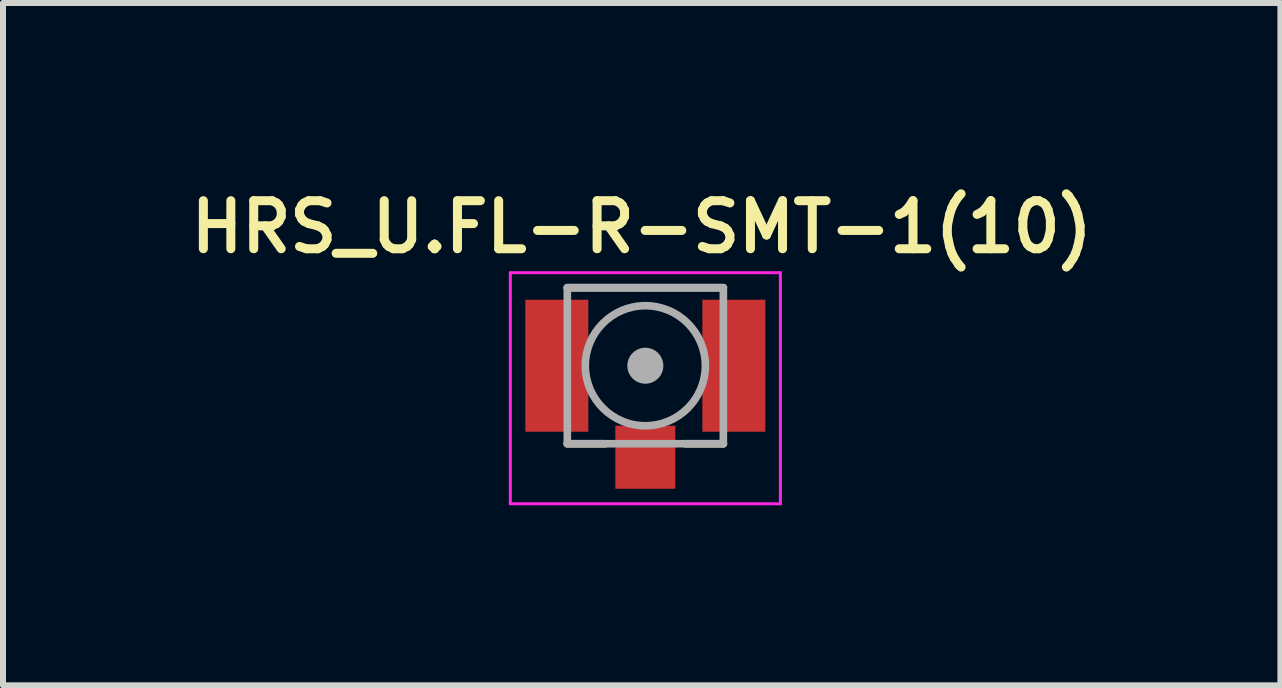
<source format=kicad_pcb>
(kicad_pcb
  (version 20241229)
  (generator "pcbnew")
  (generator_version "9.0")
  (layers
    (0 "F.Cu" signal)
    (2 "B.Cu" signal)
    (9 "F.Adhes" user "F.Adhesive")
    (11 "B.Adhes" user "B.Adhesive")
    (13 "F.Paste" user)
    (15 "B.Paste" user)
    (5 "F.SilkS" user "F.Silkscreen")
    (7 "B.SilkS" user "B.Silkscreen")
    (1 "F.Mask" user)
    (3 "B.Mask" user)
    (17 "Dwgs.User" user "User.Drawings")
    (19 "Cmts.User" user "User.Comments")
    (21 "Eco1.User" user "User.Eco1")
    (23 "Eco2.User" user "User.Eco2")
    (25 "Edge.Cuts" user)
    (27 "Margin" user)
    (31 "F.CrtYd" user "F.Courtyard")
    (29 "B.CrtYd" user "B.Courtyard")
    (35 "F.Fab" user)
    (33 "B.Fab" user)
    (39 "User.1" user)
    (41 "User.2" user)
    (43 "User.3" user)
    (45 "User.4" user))
  (footprint "HRS_U.FL-R-SMT-1(10)"
    (layer "F.Cu")
    (at 7.703 3.044)
    (property "Reference" "HRS_U.FL-R-SMT-1(10)" (at -0.06 -2.312 0) (layer "F.SilkS") (effects (font (size 0.801 0.801) (thickness 0.15))))
    (attr through_hole)
    (fp_line (start -1.3 -1.3) (end 1.3 -1.3) (stroke (width 0.127) (type solid)) (layer "F.SilkS"))
    (fp_line (start -1.3 1.3) (end -0.67 1.3) (stroke (width 0.127) (type solid)) (layer "F.SilkS"))
    (fp_line (start 1.3 1.3) (end 0.67 1.3) (stroke (width 0.127) (type solid)) (layer "F.SilkS"))
    (fp_line (start -2.25 -1.55) (end 2.25 -1.55) (stroke (width 0.05) (type solid)) (layer "F.CrtYd"))
    (fp_line (start -2.25 2.3) (end -2.25 -1.55) (stroke (width 0.05) (type solid)) (layer "F.CrtYd"))
    (fp_line (start 2.25 -1.55) (end 2.25 2.3) (stroke (width 0.05) (type solid)) (layer "F.CrtYd"))
    (fp_line (start 2.25 2.3) (end -2.25 2.3) (stroke (width 0.05) (type solid)) (layer "F.CrtYd"))
    (fp_line (start -1.3 -1.3) (end 1.3 -1.3) (stroke (width 0.127) (type solid)) (layer "F.Fab"))
    (fp_line (start -1.3 1.3) (end -1.3 -1.3) (stroke (width 0.127) (type solid)) (layer "F.Fab"))
    (fp_line (start 1.3 -1.3) (end 1.3 1.3) (stroke (width 0.127) (type solid)) (layer "F.Fab"))
    (fp_line (start 1.3 1.3) (end -1.3 1.3) (stroke (width 0.127) (type solid)) (layer "F.Fab"))
    (fp_circle (center 0 0) (end 0.3 0) (stroke (width 0) (type solid)) (fill yes) (layer "F.Fab"))
    (fp_circle (center 0 0) (end 1 0) (stroke (width 0.127) (type solid)) (fill no) (layer "F.Fab"))
    (pad "1" smd rect (at -1.475 0) (size 1.05 2.2) (layers "F.Cu" "F.Mask" "F.Paste"))
    (pad "2" smd rect (at 0 1.525) (size 1 1.05) (layers "F.Cu" "F.Mask" "F.Paste"))
    (pad "3" smd rect (at 1.475 0) (size 1.05 2.2) (layers "F.Cu" "F.Mask" "F.Paste"))
    (zone (net_name "") (layer "F.Cu") (hatch full 0.508) (connect_pads) (min_thickness 0.01) (filled_areas_thickness no) (keepout (tracks not_allowed) (vias not_allowed) (pads not_allowed) (copperpour not_allowed) (footprints allowed)) (placement (enabled no)) (fill) (polygon (pts (xy 6.753 1.944) (xy 8.653 1.944) (xy 8.653 4.044) (xy 6.753 4.044)))))
  (gr_rect
    (start -3 -3)
    (end 18.285 8.369)
    (stroke (width 0.1) (type default))
    (fill no)
    (layer "Edge.Cuts")))
</source>
